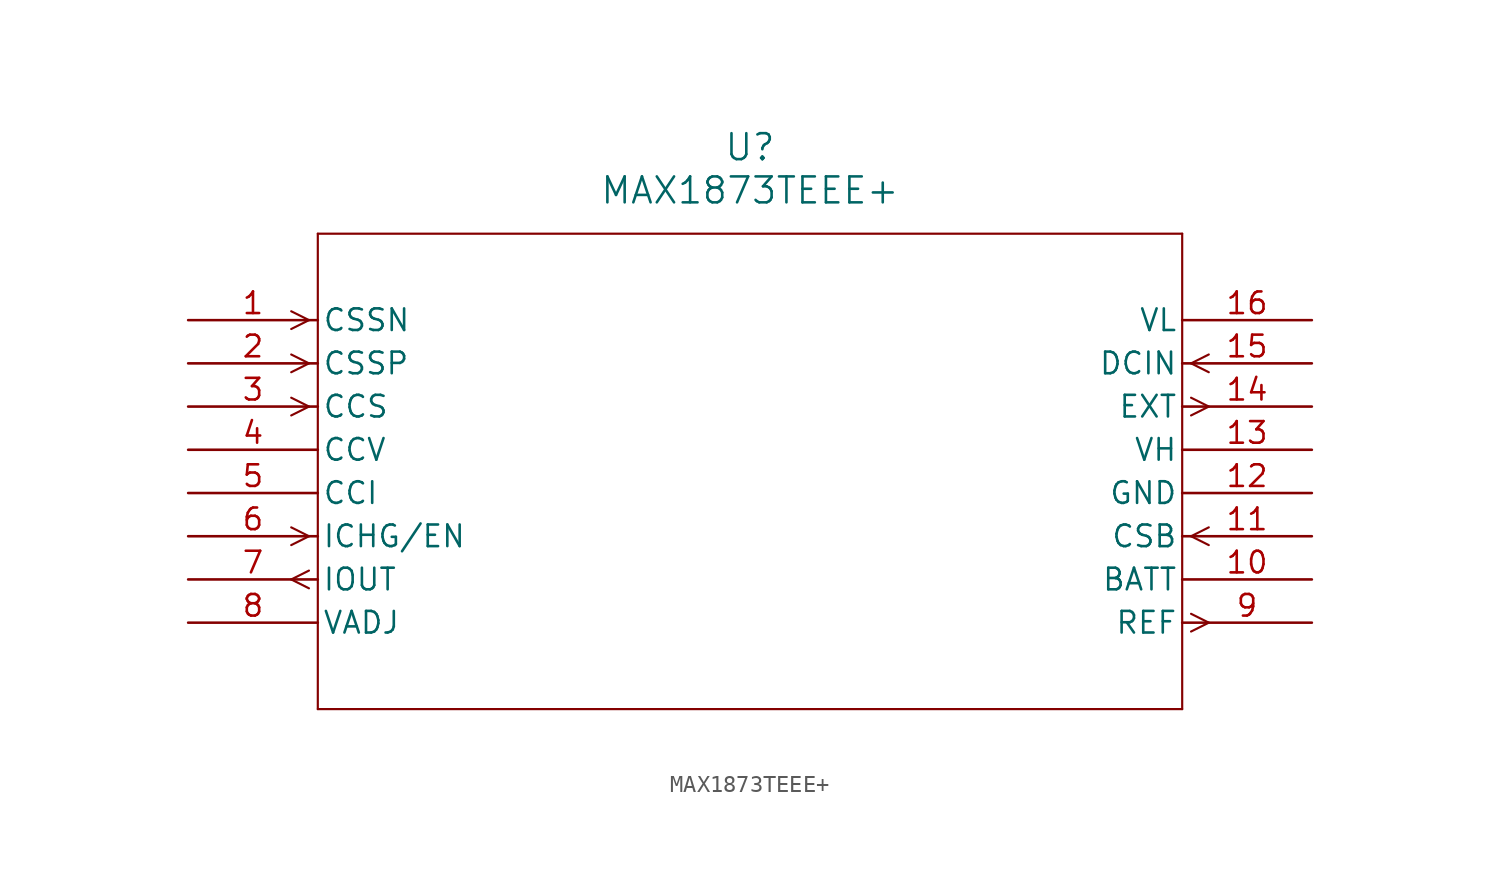
<source format=kicad_sym>
(kicad_symbol_lib
  (version 20211014)
  (generator kicad_symbol_editor)
  (symbol "MAX1873TEEE+"
    (pin_names
      (offset 0.254))
    (property "Reference" "U"
      (at 33.02 10.16 0)
      (effects (font (size 1.524 1.524))))
    (property "Value" "MAX1873TEEE+"
      (at 33.02 7.62 0)
      (effects (font (size 1.524 1.524))))
    (symbol "MAX1873TEEE+_0_1"
      (polyline (pts (xy 7.099 0) (xy 6.058 0.521)) (stroke (width 0.127) (type default) (color 0 0 0 0)) (fill (type none)))
      (polyline (pts (xy 7.099 0) (xy 6.058 -0.521)) (stroke (width 0.127) (type default) (color 0 0 0 0)) (fill (type none)))
      (polyline (pts (xy 7.099 -2.54) (xy 6.058 -2.019)) (stroke (width 0.127) (type default) (color 0 0 0 0)) (fill (type none)))
      (polyline (pts (xy 7.099 -2.54) (xy 6.058 -3.061)) (stroke (width 0.127) (type default) (color 0 0 0 0)) (fill (type none)))
      (polyline (pts (xy 7.099 -5.08) (xy 6.058 -4.559)) (stroke (width 0.127) (type default) (color 0 0 0 0)) (fill (type none)))
      (polyline (pts (xy 7.099 -5.08) (xy 6.058 -5.601)) (stroke (width 0.127) (type default) (color 0 0 0 0)) (fill (type none)))
      (polyline (pts (xy 7.099 -12.7) (xy 6.058 -12.179)) (stroke (width 0.127) (type default) (color 0 0 0 0)) (fill (type none)))
      (polyline (pts (xy 7.099 -12.7) (xy 6.058 -13.221)) (stroke (width 0.127) (type default) (color 0 0 0 0)) (fill (type none)))
      (polyline (pts (xy 7.099 -14.719) (xy 6.058 -15.24)) (stroke (width 0.127) (type default) (color 0 0 0 0)) (fill (type none)))
      (polyline (pts (xy 7.099 -15.761) (xy 6.058 -15.24)) (stroke (width 0.127) (type default) (color 0 0 0 0)) (fill (type none)))
      (polyline (pts (xy 58.941 -17.259) (xy 59.982 -17.78)) (stroke (width 0.127) (type default) (color 0 0 0 0)) (fill (type none)))
      (polyline (pts (xy 58.941 -18.301) (xy 59.982 -17.78)) (stroke (width 0.127) (type default) (color 0 0 0 0)) (fill (type none)))
      (polyline (pts (xy 58.941 -12.7) (xy 59.982 -12.179)) (stroke (width 0.127) (type default) (color 0 0 0 0)) (fill (type none)))
      (polyline (pts (xy 58.941 -12.7) (xy 59.982 -13.221)) (stroke (width 0.127) (type default) (color 0 0 0 0)) (fill (type none)))
      (polyline (pts (xy 58.941 -4.559) (xy 59.982 -5.08)) (stroke (width 0.127) (type default) (color 0 0 0 0)) (fill (type none)))
      (polyline (pts (xy 58.941 -5.601) (xy 59.982 -5.08)) (stroke (width 0.127) (type default) (color 0 0 0 0)) (fill (type none)))
      (polyline (pts (xy 58.941 -2.54) (xy 59.982 -2.019)) (stroke (width 0.127) (type default) (color 0 0 0 0)) (fill (type none)))
      (polyline (pts (xy 58.941 -2.54) (xy 59.982 -3.061)) (stroke (width 0.127) (type default) (color 0 0 0 0)) (fill (type none)))
      (polyline (pts (xy 7.62 5.08) (xy 7.62 -22.86)) (stroke (width 0.127) (type default) (color 0 0 0 0)) (fill (type none)))
      (polyline (pts (xy 7.62 -22.86) (xy 58.42 -22.86)) (stroke (width 0.127) (type default) (color 0 0 0 0)) (fill (type none)))
      (polyline (pts (xy 58.42 -22.86) (xy 58.42 5.08)) (stroke (width 0.127) (type default) (color 0 0 0 0)) (fill (type none)))
      (polyline (pts (xy 58.42 5.08) (xy 7.62 5.08)) (stroke (width 0.127) (type default) (color 0 0 0 0)) (fill (type none)))
      (pin input line (at 0 0 0) (length 7.62) (name "CSSN" (effects (font (size 1.27 1.27)))) (number "1" (effects (font (size 1.27 1.27)))))
      (pin input line (at 0 -2.54 0) (length 7.62) (name "CSSP" (effects (font (size 1.27 1.27)))) (number "2" (effects (font (size 1.27 1.27)))))
      (pin input line (at 0 -5.08 0) (length 7.62) (name "CCS" (effects (font (size 1.27 1.27)))) (number "3" (effects (font (size 1.27 1.27)))))
      (pin power_in line (at 0 -7.62 0) (length 7.62) (name "CCV" (effects (font (size 1.27 1.27)))) (number "4" (effects (font (size 1.27 1.27)))))
      (pin unspecified line (at 0 -10.16 0) (length 7.62) (name "CCI" (effects (font (size 1.27 1.27)))) (number "5" (effects (font (size 1.27 1.27)))))
      (pin input line (at 0 -12.7 0) (length 7.62) (name "ICHG/EN" (effects (font (size 1.27 1.27)))) (number "6" (effects (font (size 1.27 1.27)))))
      (pin output line (at 0 -15.24 0) (length 7.62) (name "IOUT" (effects (font (size 1.27 1.27)))) (number "7" (effects (font (size 1.27 1.27)))))
      (pin power_in line (at 0 -17.78 0) (length 7.62) (name "VADJ" (effects (font (size 1.27 1.27)))) (number "8" (effects (font (size 1.27 1.27)))))
      (pin output line (at 66.04 -17.78 180) (length 7.62) (name "REF" (effects (font (size 1.27 1.27)))) (number "9" (effects (font (size 1.27 1.27)))))
      (pin power_in line (at 66.04 -15.24 180) (length 7.62) (name "BATT" (effects (font (size 1.27 1.27)))) (number "10" (effects (font (size 1.27 1.27)))))
      (pin input line (at 66.04 -12.7 180) (length 7.62) (name "CSB" (effects (font (size 1.27 1.27)))) (number "11" (effects (font (size 1.27 1.27)))))
      (pin power_in line (at 66.04 -10.16 180) (length 7.62) (name "GND" (effects (font (size 1.27 1.27)))) (number "12" (effects (font (size 1.27 1.27)))))
      (pin unspecified line (at 66.04 -7.62 180) (length 7.62) (name "VH" (effects (font (size 1.27 1.27)))) (number "13" (effects (font (size 1.27 1.27)))))
      (pin output line (at 66.04 -5.08 180) (length 7.62) (name "EXT" (effects (font (size 1.27 1.27)))) (number "14" (effects (font (size 1.27 1.27)))))
      (pin input line (at 66.04 -2.54 180) (length 7.62) (name "DCIN" (effects (font (size 1.27 1.27)))) (number "15" (effects (font (size 1.27 1.27)))))
      (pin power_in line (at 66.04 0 180) (length 7.62) (name "VL" (effects (font (size 1.27 1.27)))) (number "16" (effects (font (size 1.27 1.27))))))))
</source>
